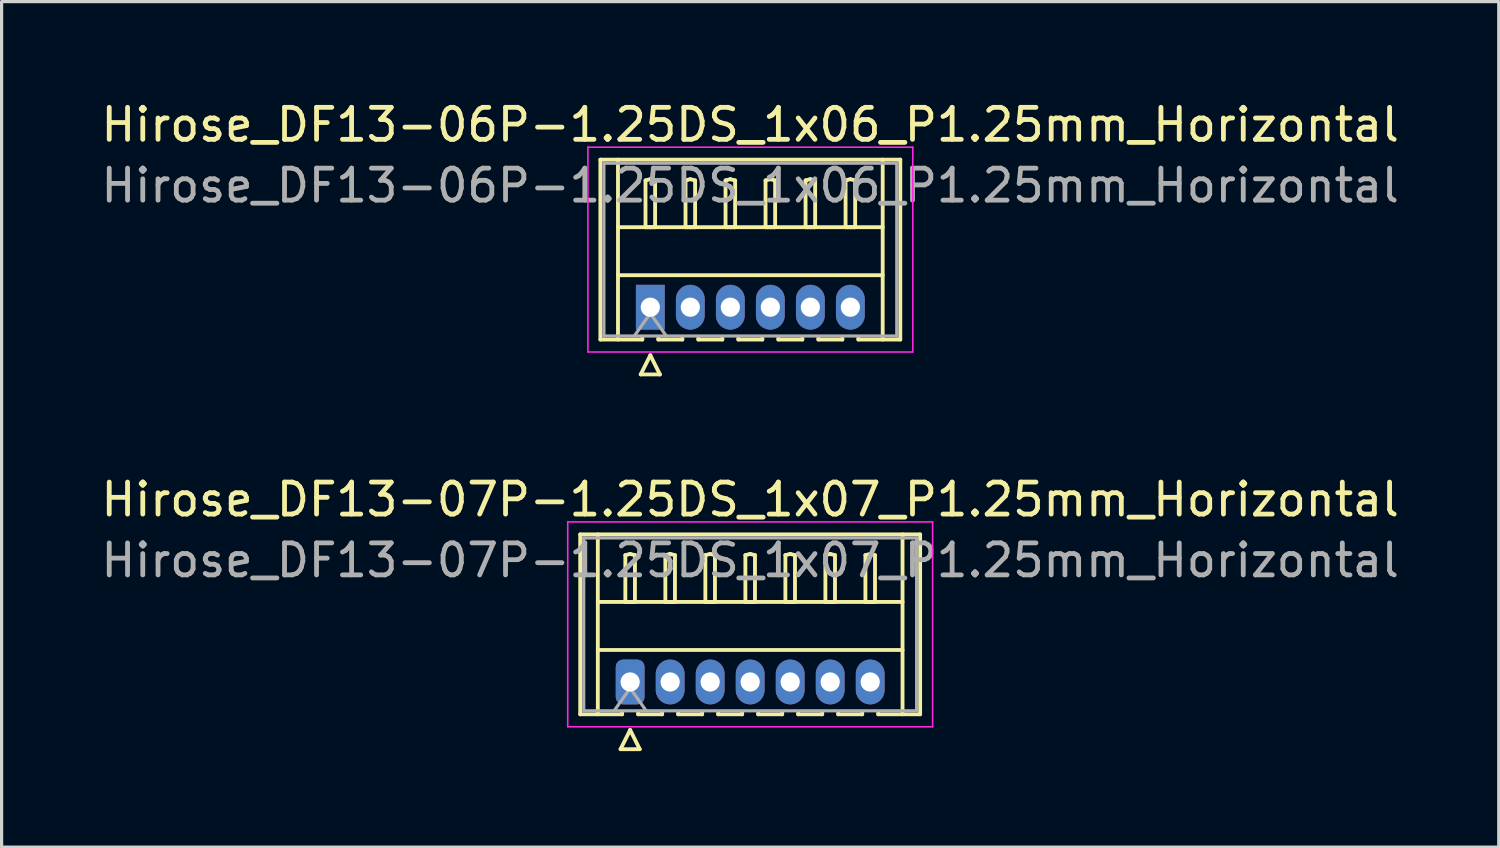
<source format=kicad_pcb>
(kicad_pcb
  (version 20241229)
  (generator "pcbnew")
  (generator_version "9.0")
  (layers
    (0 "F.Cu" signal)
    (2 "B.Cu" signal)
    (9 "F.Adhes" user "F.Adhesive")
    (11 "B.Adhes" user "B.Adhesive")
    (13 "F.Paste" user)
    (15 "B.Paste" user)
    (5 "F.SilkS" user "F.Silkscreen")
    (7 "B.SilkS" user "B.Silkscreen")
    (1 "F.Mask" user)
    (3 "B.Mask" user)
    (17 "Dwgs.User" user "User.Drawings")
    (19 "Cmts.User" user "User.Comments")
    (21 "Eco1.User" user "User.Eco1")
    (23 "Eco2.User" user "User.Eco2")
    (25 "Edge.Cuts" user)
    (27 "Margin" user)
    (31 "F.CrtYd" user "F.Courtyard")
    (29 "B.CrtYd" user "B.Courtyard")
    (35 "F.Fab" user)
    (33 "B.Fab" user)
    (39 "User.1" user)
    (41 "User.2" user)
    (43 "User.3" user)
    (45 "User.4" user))
  (footprint "Hirose_DF13-07P-1.25DS_1x07_P1.25mm_Horizontal"
    (layer "F.Cu")
    (at 16.637 18.256)
    (property "Reference" "Hirose_DF13-07P-1.25DS_1x07_P1.25mm_Horizontal" (at 3.75 -5.7 0) (layer "F.SilkS") (effects (font (size 1 1) (thickness 0.15))))
    (attr through_hole)
    (fp_line (start -1.56 -4.61) (end 9.06 -4.61) (stroke (width 0.12) (type solid)) (layer "F.SilkS"))
    (fp_line (start -1.56 1.01) (end -1.56 -4.61) (stroke (width 0.12) (type solid)) (layer "F.SilkS"))
    (fp_line (start -1.01 -4.61) (end -1.01 1.01) (stroke (width 0.12) (type solid)) (layer "F.SilkS"))
    (fp_line (start -1.01 -2.5) (end 8.51 -2.5) (stroke (width 0.12) (type solid)) (layer "F.SilkS"))
    (fp_line (start -1.01 -1) (end 8.51 -1) (stroke (width 0.12) (type solid)) (layer "F.SilkS"))
    (fp_line (start -0.3 2.1) (end 0.3 2.1) (stroke (width 0.12) (type solid)) (layer "F.SilkS"))
    (fp_line (start -0.25 0.96) (end -0.25 1.01) (stroke (width 0.12) (type solid)) (layer "F.SilkS"))
    (fp_line (start -0.25 1.01) (end -1.56 1.01) (stroke (width 0.12) (type solid)) (layer "F.SilkS"))
    (fp_line (start -0.15 -3.962) (end 0 -4) (stroke (width 0.12) (type solid)) (layer "F.SilkS"))
    (fp_line (start -0.15 -2.5) (end -0.15 -3.962) (stroke (width 0.12) (type solid)) (layer "F.SilkS"))
    (fp_line (start 0 -4) (end 0.15 -3.962) (stroke (width 0.12) (type solid)) (layer "F.SilkS"))
    (fp_line (start 0 -2.5) (end -0.15 -2.5) (stroke (width 0.12) (type solid)) (layer "F.SilkS"))
    (fp_line (start 0 1.5) (end -0.3 2.1) (stroke (width 0.12) (type solid)) (layer "F.SilkS"))
    (fp_line (start 0.15 -3.962) (end 0.15 -2.5) (stroke (width 0.12) (type solid)) (layer "F.SilkS"))
    (fp_line (start 0.15 -2.5) (end 0 -2.5) (stroke (width 0.12) (type solid)) (layer "F.SilkS"))
    (fp_line (start 0.25 0.96) (end 0.25 1.01) (stroke (width 0.12) (type solid)) (layer "F.SilkS"))
    (fp_line (start 0.25 1.01) (end 1 1.01) (stroke (width 0.12) (type solid)) (layer "F.SilkS"))
    (fp_line (start 0.3 2.1) (end 0 1.5) (stroke (width 0.12) (type solid)) (layer "F.SilkS"))
    (fp_line (start 1 1.01) (end 1 0.96) (stroke (width 0.12) (type solid)) (layer "F.SilkS"))
    (fp_line (start 1.1 -3.962) (end 1.25 -4) (stroke (width 0.12) (type solid)) (layer "F.SilkS"))
    (fp_line (start 1.1 -2.5) (end 1.1 -3.962) (stroke (width 0.12) (type solid)) (layer "F.SilkS"))
    (fp_line (start 1.25 -4) (end 1.4 -3.962) (stroke (width 0.12) (type solid)) (layer "F.SilkS"))
    (fp_line (start 1.25 -2.5) (end 1.1 -2.5) (stroke (width 0.12) (type solid)) (layer "F.SilkS"))
    (fp_line (start 1.4 -3.962) (end 1.4 -2.5) (stroke (width 0.12) (type solid)) (layer "F.SilkS"))
    (fp_line (start 1.4 -2.5) (end 1.25 -2.5) (stroke (width 0.12) (type solid)) (layer "F.SilkS"))
    (fp_line (start 1.5 0.96) (end 1.5 1.01) (stroke (width 0.12) (type solid)) (layer "F.SilkS"))
    (fp_line (start 1.5 1.01) (end 2.25 1.01) (stroke (width 0.12) (type solid)) (layer "F.SilkS"))
    (fp_line (start 2.25 1.01) (end 2.25 0.96) (stroke (width 0.12) (type solid)) (layer "F.SilkS"))
    (fp_line (start 2.35 -3.962) (end 2.5 -4) (stroke (width 0.12) (type solid)) (layer "F.SilkS"))
    (fp_line (start 2.35 -2.5) (end 2.35 -3.962) (stroke (width 0.12) (type solid)) (layer "F.SilkS"))
    (fp_line (start 2.5 -4) (end 2.65 -3.962) (stroke (width 0.12) (type solid)) (layer "F.SilkS"))
    (fp_line (start 2.5 -2.5) (end 2.35 -2.5) (stroke (width 0.12) (type solid)) (layer "F.SilkS"))
    (fp_line (start 2.65 -3.962) (end 2.65 -2.5) (stroke (width 0.12) (type solid)) (layer "F.SilkS"))
    (fp_line (start 2.65 -2.5) (end 2.5 -2.5) (stroke (width 0.12) (type solid)) (layer "F.SilkS"))
    (fp_line (start 2.75 0.96) (end 2.75 1.01) (stroke (width 0.12) (type solid)) (layer "F.SilkS"))
    (fp_line (start 2.75 1.01) (end 3.5 1.01) (stroke (width 0.12) (type solid)) (layer "F.SilkS"))
    (fp_line (start 3.5 1.01) (end 3.5 0.96) (stroke (width 0.12) (type solid)) (layer "F.SilkS"))
    (fp_line (start 3.6 -3.962) (end 3.75 -4) (stroke (width 0.12) (type solid)) (layer "F.SilkS"))
    (fp_line (start 3.6 -2.5) (end 3.6 -3.962) (stroke (width 0.12) (type solid)) (layer "F.SilkS"))
    (fp_line (start 3.75 -4) (end 3.9 -3.962) (stroke (width 0.12) (type solid)) (layer "F.SilkS"))
    (fp_line (start 3.75 -2.5) (end 3.6 -2.5) (stroke (width 0.12) (type solid)) (layer "F.SilkS"))
    (fp_line (start 3.9 -3.962) (end 3.9 -2.5) (stroke (width 0.12) (type solid)) (layer "F.SilkS"))
    (fp_line (start 3.9 -2.5) (end 3.75 -2.5) (stroke (width 0.12) (type solid)) (layer "F.SilkS"))
    (fp_line (start 4 0.96) (end 4 1.01) (stroke (width 0.12) (type solid)) (layer "F.SilkS"))
    (fp_line (start 4 1.01) (end 4.75 1.01) (stroke (width 0.12) (type solid)) (layer "F.SilkS"))
    (fp_line (start 4.75 1.01) (end 4.75 0.96) (stroke (width 0.12) (type solid)) (layer "F.SilkS"))
    (fp_line (start 4.85 -3.962) (end 5 -4) (stroke (width 0.12) (type solid)) (layer "F.SilkS"))
    (fp_line (start 4.85 -2.5) (end 4.85 -3.962) (stroke (width 0.12) (type solid)) (layer "F.SilkS"))
    (fp_line (start 5 -4) (end 5.15 -3.962) (stroke (width 0.12) (type solid)) (layer "F.SilkS"))
    (fp_line (start 5 -2.5) (end 4.85 -2.5) (stroke (width 0.12) (type solid)) (layer "F.SilkS"))
    (fp_line (start 5.15 -3.962) (end 5.15 -2.5) (stroke (width 0.12) (type solid)) (layer "F.SilkS"))
    (fp_line (start 5.15 -2.5) (end 5 -2.5) (stroke (width 0.12) (type solid)) (layer "F.SilkS"))
    (fp_line (start 5.25 0.96) (end 5.25 1.01) (stroke (width 0.12) (type solid)) (layer "F.SilkS"))
    (fp_line (start 5.25 1.01) (end 6 1.01) (stroke (width 0.12) (type solid)) (layer "F.SilkS"))
    (fp_line (start 6 1.01) (end 6 0.96) (stroke (width 0.12) (type solid)) (layer "F.SilkS"))
    (fp_line (start 6.1 -3.962) (end 6.25 -4) (stroke (width 0.12) (type solid)) (layer "F.SilkS"))
    (fp_line (start 6.1 -2.5) (end 6.1 -3.962) (stroke (width 0.12) (type solid)) (layer "F.SilkS"))
    (fp_line (start 6.25 -4) (end 6.4 -3.962) (stroke (width 0.12) (type solid)) (layer "F.SilkS"))
    (fp_line (start 6.25 -2.5) (end 6.1 -2.5) (stroke (width 0.12) (type solid)) (layer "F.SilkS"))
    (fp_line (start 6.4 -3.962) (end 6.4 -2.5) (stroke (width 0.12) (type solid)) (layer "F.SilkS"))
    (fp_line (start 6.4 -2.5) (end 6.25 -2.5) (stroke (width 0.12) (type solid)) (layer "F.SilkS"))
    (fp_line (start 6.5 0.96) (end 6.5 1.01) (stroke (width 0.12) (type solid)) (layer "F.SilkS"))
    (fp_line (start 6.5 1.01) (end 7.25 1.01) (stroke (width 0.12) (type solid)) (layer "F.SilkS"))
    (fp_line (start 7.25 1.01) (end 7.25 0.96) (stroke (width 0.12) (type solid)) (layer "F.SilkS"))
    (fp_line (start 7.35 -3.962) (end 7.5 -4) (stroke (width 0.12) (type solid)) (layer "F.SilkS"))
    (fp_line (start 7.35 -2.5) (end 7.35 -3.962) (stroke (width 0.12) (type solid)) (layer "F.SilkS"))
    (fp_line (start 7.5 -4) (end 7.65 -3.962) (stroke (width 0.12) (type solid)) (layer "F.SilkS"))
    (fp_line (start 7.5 -2.5) (end 7.35 -2.5) (stroke (width 0.12) (type solid)) (layer "F.SilkS"))
    (fp_line (start 7.65 -3.962) (end 7.65 -2.5) (stroke (width 0.12) (type solid)) (layer "F.SilkS"))
    (fp_line (start 7.65 -2.5) (end 7.5 -2.5) (stroke (width 0.12) (type solid)) (layer "F.SilkS"))
    (fp_line (start 7.75 1.01) (end 7.75 0.96) (stroke (width 0.12) (type solid)) (layer "F.SilkS"))
    (fp_line (start 8.51 -4.61) (end 8.51 1.01) (stroke (width 0.12) (type solid)) (layer "F.SilkS"))
    (fp_line (start 9.06 -4.61) (end 9.06 1.01) (stroke (width 0.12) (type solid)) (layer "F.SilkS"))
    (fp_line (start 9.06 1.01) (end 7.75 1.01) (stroke (width 0.12) (type solid)) (layer "F.SilkS"))
    (fp_line (start -1.95 -5) (end -1.95 1.4) (stroke (width 0.05) (type solid)) (layer "F.CrtYd"))
    (fp_line (start -1.95 1.4) (end 9.45 1.4) (stroke (width 0.05) (type solid)) (layer "F.CrtYd"))
    (fp_line (start 9.45 -5) (end -1.95 -5) (stroke (width 0.05) (type solid)) (layer "F.CrtYd"))
    (fp_line (start 9.45 1.4) (end 9.45 -5) (stroke (width 0.05) (type solid)) (layer "F.CrtYd"))
    (fp_line (start -1.45 -4.5) (end -1.45 0.9) (stroke (width 0.1) (type solid)) (layer "F.Fab"))
    (fp_line (start -1.45 0.9) (end 8.95 0.9) (stroke (width 0.1) (type solid)) (layer "F.Fab"))
    (fp_line (start -0.5 0.9) (end 0 0.193) (stroke (width 0.1) (type solid)) (layer "F.Fab"))
    (fp_line (start 0 0.193) (end 0.5 0.9) (stroke (width 0.1) (type solid)) (layer "F.Fab"))
    (fp_line (start 8.95 -4.5) (end -1.45 -4.5) (stroke (width 0.1) (type solid)) (layer "F.Fab"))
    (fp_line (start 8.95 0.9) (end 8.95 -4.5) (stroke (width 0.1) (type solid)) (layer "F.Fab"))
    (fp_text user "${REFERENCE}" (at 3.75 -3.8 0) (layer "F.Fab") (effects (font (size 1 1) (thickness 0.15))))
    (pad "1" thru_hole roundrect (at 0 0) (size 0.9 1.4) (drill 0.6) (layers "*.Cu" "*.Mask") (roundrect_rratio 0.25))
    (pad "2" thru_hole oval (at 1.25 0) (size 0.9 1.4) (drill 0.6) (layers "*.Cu" "*.Mask"))
    (pad "3" thru_hole oval (at 2.5 0) (size 0.9 1.4) (drill 0.6) (layers "*.Cu" "*.Mask"))
    (pad "4" thru_hole oval (at 3.75 0) (size 0.9 1.4) (drill 0.6) (layers "*.Cu" "*.Mask"))
    (pad "5" thru_hole oval (at 5 0) (size 0.9 1.4) (drill 0.6) (layers "*.Cu" "*.Mask"))
    (pad "6" thru_hole oval (at 6.25 0) (size 0.9 1.4) (drill 0.6) (layers "*.Cu" "*.Mask"))
    (pad "7" thru_hole oval (at 7.5 0) (size 0.9 1.4) (drill 0.6) (layers "*.Cu" "*.Mask")))
  (footprint "Hirose_DF13-06P-1.25DS_1x06_P1.25mm_Horizontal"
    (layer "F.Cu")
    (at 17.267 6.548)
    (property "Reference" "Hirose_DF13-06P-1.25DS_1x06_P1.25mm_Horizontal" (at 3.12 -5.7 0) (layer "F.SilkS") (effects (font (size 1 1) (thickness 0.15))))
    (attr through_hole)
    (fp_line (start -1.56 -4.61) (end 7.81 -4.61) (stroke (width 0.12) (type solid)) (layer "F.SilkS"))
    (fp_line (start -1.56 1.01) (end -1.56 -4.61) (stroke (width 0.12) (type solid)) (layer "F.SilkS"))
    (fp_line (start -1.01 -4.61) (end -1.01 1.01) (stroke (width 0.12) (type solid)) (layer "F.SilkS"))
    (fp_line (start -1.01 -2.5) (end 7.26 -2.5) (stroke (width 0.12) (type solid)) (layer "F.SilkS"))
    (fp_line (start -1.01 -1) (end 7.26 -1) (stroke (width 0.12) (type solid)) (layer "F.SilkS"))
    (fp_line (start -0.3 2.1) (end 0.3 2.1) (stroke (width 0.12) (type solid)) (layer "F.SilkS"))
    (fp_line (start -0.25 0.96) (end -0.25 1.01) (stroke (width 0.12) (type solid)) (layer "F.SilkS"))
    (fp_line (start -0.25 1.01) (end -1.56 1.01) (stroke (width 0.12) (type solid)) (layer "F.SilkS"))
    (fp_line (start -0.15 -3.962) (end 0 -4) (stroke (width 0.12) (type solid)) (layer "F.SilkS"))
    (fp_line (start -0.15 -2.5) (end -0.15 -3.962) (stroke (width 0.12) (type solid)) (layer "F.SilkS"))
    (fp_line (start 0 -4) (end 0.15 -3.962) (stroke (width 0.12) (type solid)) (layer "F.SilkS"))
    (fp_line (start 0 -2.5) (end -0.15 -2.5) (stroke (width 0.12) (type solid)) (layer "F.SilkS"))
    (fp_line (start 0 1.5) (end -0.3 2.1) (stroke (width 0.12) (type solid)) (layer "F.SilkS"))
    (fp_line (start 0.15 -3.962) (end 0.15 -2.5) (stroke (width 0.12) (type solid)) (layer "F.SilkS"))
    (fp_line (start 0.15 -2.5) (end 0 -2.5) (stroke (width 0.12) (type solid)) (layer "F.SilkS"))
    (fp_line (start 0.25 0.96) (end 0.25 1.01) (stroke (width 0.12) (type solid)) (layer "F.SilkS"))
    (fp_line (start 0.25 1.01) (end 1 1.01) (stroke (width 0.12) (type solid)) (layer "F.SilkS"))
    (fp_line (start 0.3 2.1) (end 0 1.5) (stroke (width 0.12) (type solid)) (layer "F.SilkS"))
    (fp_line (start 1 1.01) (end 1 0.96) (stroke (width 0.12) (type solid)) (layer "F.SilkS"))
    (fp_line (start 1.1 -3.962) (end 1.25 -4) (stroke (width 0.12) (type solid)) (layer "F.SilkS"))
    (fp_line (start 1.1 -2.5) (end 1.1 -3.962) (stroke (width 0.12) (type solid)) (layer "F.SilkS"))
    (fp_line (start 1.25 -4) (end 1.4 -3.962) (stroke (width 0.12) (type solid)) (layer "F.SilkS"))
    (fp_line (start 1.25 -2.5) (end 1.1 -2.5) (stroke (width 0.12) (type solid)) (layer "F.SilkS"))
    (fp_line (start 1.4 -3.962) (end 1.4 -2.5) (stroke (width 0.12) (type solid)) (layer "F.SilkS"))
    (fp_line (start 1.4 -2.5) (end 1.25 -2.5) (stroke (width 0.12) (type solid)) (layer "F.SilkS"))
    (fp_line (start 1.5 0.96) (end 1.5 1.01) (stroke (width 0.12) (type solid)) (layer "F.SilkS"))
    (fp_line (start 1.5 1.01) (end 2.25 1.01) (stroke (width 0.12) (type solid)) (layer "F.SilkS"))
    (fp_line (start 2.25 1.01) (end 2.25 0.96) (stroke (width 0.12) (type solid)) (layer "F.SilkS"))
    (fp_line (start 2.35 -3.962) (end 2.5 -4) (stroke (width 0.12) (type solid)) (layer "F.SilkS"))
    (fp_line (start 2.35 -2.5) (end 2.35 -3.962) (stroke (width 0.12) (type solid)) (layer "F.SilkS"))
    (fp_line (start 2.5 -4) (end 2.65 -3.962) (stroke (width 0.12) (type solid)) (layer "F.SilkS"))
    (fp_line (start 2.5 -2.5) (end 2.35 -2.5) (stroke (width 0.12) (type solid)) (layer "F.SilkS"))
    (fp_line (start 2.65 -3.962) (end 2.65 -2.5) (stroke (width 0.12) (type solid)) (layer "F.SilkS"))
    (fp_line (start 2.65 -2.5) (end 2.5 -2.5) (stroke (width 0.12) (type solid)) (layer "F.SilkS"))
    (fp_line (start 2.75 0.96) (end 2.75 1.01) (stroke (width 0.12) (type solid)) (layer "F.SilkS"))
    (fp_line (start 2.75 1.01) (end 3.5 1.01) (stroke (width 0.12) (type solid)) (layer "F.SilkS"))
    (fp_line (start 3.5 1.01) (end 3.5 0.96) (stroke (width 0.12) (type solid)) (layer "F.SilkS"))
    (fp_line (start 3.6 -3.962) (end 3.75 -4) (stroke (width 0.12) (type solid)) (layer "F.SilkS"))
    (fp_line (start 3.6 -2.5) (end 3.6 -3.962) (stroke (width 0.12) (type solid)) (layer "F.SilkS"))
    (fp_line (start 3.75 -4) (end 3.9 -3.962) (stroke (width 0.12) (type solid)) (layer "F.SilkS"))
    (fp_line (start 3.75 -2.5) (end 3.6 -2.5) (stroke (width 0.12) (type solid)) (layer "F.SilkS"))
    (fp_line (start 3.9 -3.962) (end 3.9 -2.5) (stroke (width 0.12) (type solid)) (layer "F.SilkS"))
    (fp_line (start 3.9 -2.5) (end 3.75 -2.5) (stroke (width 0.12) (type solid)) (layer "F.SilkS"))
    (fp_line (start 4 0.96) (end 4 1.01) (stroke (width 0.12) (type solid)) (layer "F.SilkS"))
    (fp_line (start 4 1.01) (end 4.75 1.01) (stroke (width 0.12) (type solid)) (layer "F.SilkS"))
    (fp_line (start 4.75 1.01) (end 4.75 0.96) (stroke (width 0.12) (type solid)) (layer "F.SilkS"))
    (fp_line (start 4.85 -3.962) (end 5 -4) (stroke (width 0.12) (type solid)) (layer "F.SilkS"))
    (fp_line (start 4.85 -2.5) (end 4.85 -3.962) (stroke (width 0.12) (type solid)) (layer "F.SilkS"))
    (fp_line (start 5 -4) (end 5.15 -3.962) (stroke (width 0.12) (type solid)) (layer "F.SilkS"))
    (fp_line (start 5 -2.5) (end 4.85 -2.5) (stroke (width 0.12) (type solid)) (layer "F.SilkS"))
    (fp_line (start 5.15 -3.962) (end 5.15 -2.5) (stroke (width 0.12) (type solid)) (layer "F.SilkS"))
    (fp_line (start 5.15 -2.5) (end 5 -2.5) (stroke (width 0.12) (type solid)) (layer "F.SilkS"))
    (fp_line (start 5.25 0.96) (end 5.25 1.01) (stroke (width 0.12) (type solid)) (layer "F.SilkS"))
    (fp_line (start 5.25 1.01) (end 6 1.01) (stroke (width 0.12) (type solid)) (layer "F.SilkS"))
    (fp_line (start 6 1.01) (end 6 0.96) (stroke (width 0.12) (type solid)) (layer "F.SilkS"))
    (fp_line (start 6.1 -3.962) (end 6.25 -4) (stroke (width 0.12) (type solid)) (layer "F.SilkS"))
    (fp_line (start 6.1 -2.5) (end 6.1 -3.962) (stroke (width 0.12) (type solid)) (layer "F.SilkS"))
    (fp_line (start 6.25 -4) (end 6.4 -3.962) (stroke (width 0.12) (type solid)) (layer "F.SilkS"))
    (fp_line (start 6.25 -2.5) (end 6.1 -2.5) (stroke (width 0.12) (type solid)) (layer "F.SilkS"))
    (fp_line (start 6.4 -3.962) (end 6.4 -2.5) (stroke (width 0.12) (type solid)) (layer "F.SilkS"))
    (fp_line (start 6.4 -2.5) (end 6.25 -2.5) (stroke (width 0.12) (type solid)) (layer "F.SilkS"))
    (fp_line (start 6.5 1.01) (end 6.5 0.96) (stroke (width 0.12) (type solid)) (layer "F.SilkS"))
    (fp_line (start 7.26 -4.61) (end 7.26 1.01) (stroke (width 0.12) (type solid)) (layer "F.SilkS"))
    (fp_line (start 7.81 -4.61) (end 7.81 1.01) (stroke (width 0.12) (type solid)) (layer "F.SilkS"))
    (fp_line (start 7.81 1.01) (end 6.5 1.01) (stroke (width 0.12) (type solid)) (layer "F.SilkS"))
    (fp_line (start -1.95 -5) (end -1.95 1.4) (stroke (width 0.05) (type solid)) (layer "F.CrtYd"))
    (fp_line (start -1.95 1.4) (end 8.2 1.4) (stroke (width 0.05) (type solid)) (layer "F.CrtYd"))
    (fp_line (start 8.2 -5) (end -1.95 -5) (stroke (width 0.05) (type solid)) (layer "F.CrtYd"))
    (fp_line (start 8.2 1.4) (end 8.2 -5) (stroke (width 0.05) (type solid)) (layer "F.CrtYd"))
    (fp_line (start -1.45 -4.5) (end -1.45 0.9) (stroke (width 0.1) (type solid)) (layer "F.Fab"))
    (fp_line (start -1.45 0.9) (end 7.7 0.9) (stroke (width 0.1) (type solid)) (layer "F.Fab"))
    (fp_line (start -0.5 0.9) (end 0 0.193) (stroke (width 0.1) (type solid)) (layer "F.Fab"))
    (fp_line (start 0 0.193) (end 0.5 0.9) (stroke (width 0.1) (type solid)) (layer "F.Fab"))
    (fp_line (start 7.7 -4.5) (end -1.45 -4.5) (stroke (width 0.1) (type solid)) (layer "F.Fab"))
    (fp_line (start 7.7 0.9) (end 7.7 -4.5) (stroke (width 0.1) (type solid)) (layer "F.Fab"))
    (fp_text user "${REFERENCE}" (at 3.12 -3.8 0) (layer "F.Fab") (effects (font (size 1 1) (thickness 0.15))))
    (pad "1" thru_hole rect (at 0 0) (size 0.9 1.4) (drill 0.6) (layers "*.Cu" "*.Mask"))
    (pad "2" thru_hole oval (at 1.25 0) (size 0.9 1.4) (drill 0.6) (layers "*.Cu" "*.Mask"))
    (pad "3" thru_hole oval (at 2.5 0) (size 0.9 1.4) (drill 0.6) (layers "*.Cu" "*.Mask"))
    (pad "4" thru_hole oval (at 3.75 0) (size 0.9 1.4) (drill 0.6) (layers "*.Cu" "*.Mask"))
    (pad "5" thru_hole oval (at 5 0) (size 0.9 1.4) (drill 0.6) (layers "*.Cu" "*.Mask"))
    (pad "6" thru_hole oval (at 6.25 0) (size 0.9 1.4) (drill 0.6) (layers "*.Cu" "*.Mask")))
  (gr_rect
    (start -3 -3)
    (end 43.774 23.416)
    (stroke (width 0.1) (type default))
    (fill no)
    (layer "Edge.Cuts")))
</source>
